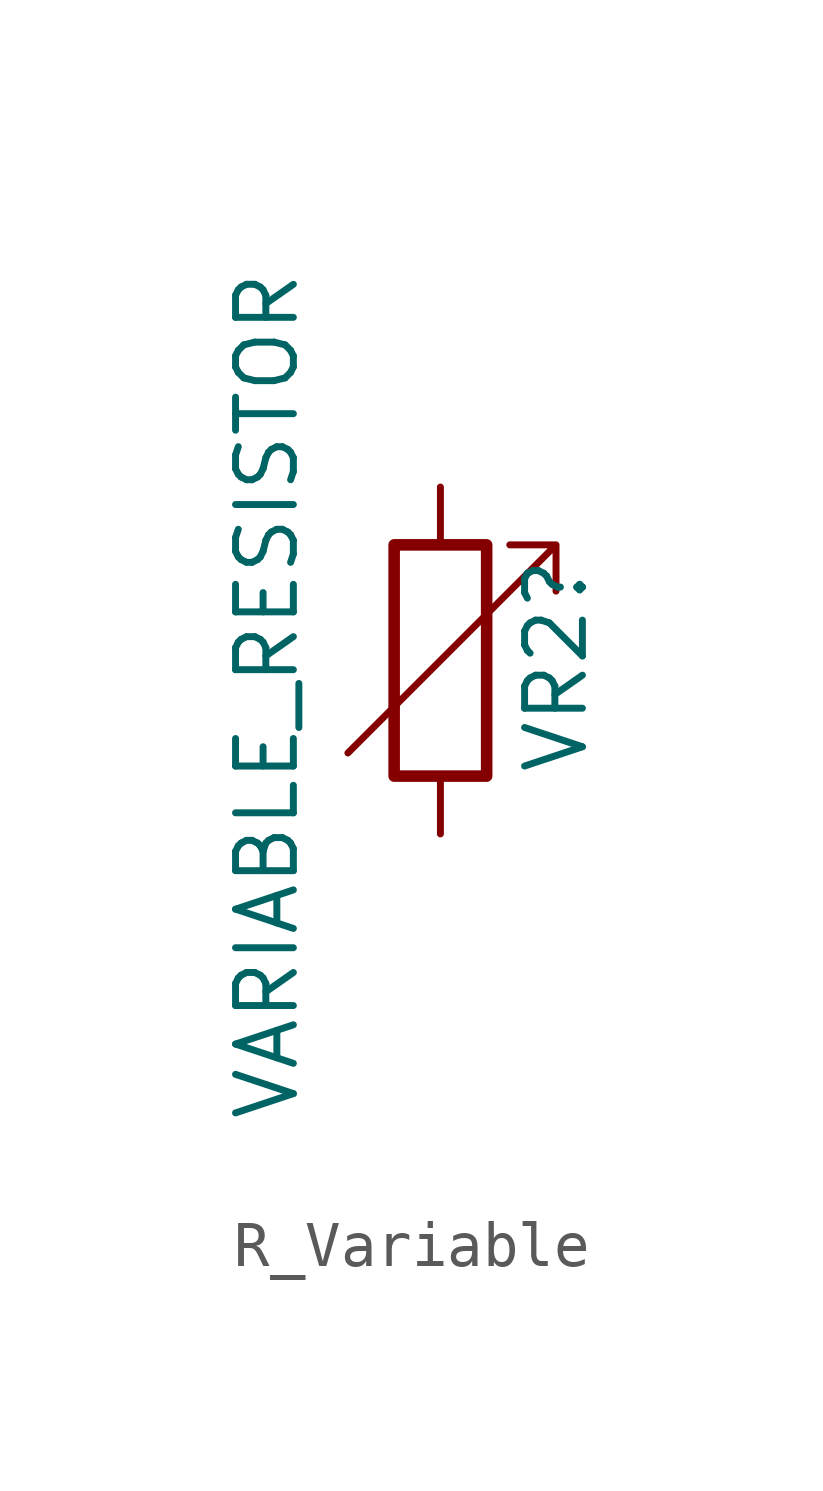
<source format=kicad_sym>
(kicad_symbol_lib
  (version 20211014)
  (generator kicad_symbol_editor)
  (symbol "R_Variable"
    (pin_numbers hide)
    (pin_names
      (offset 0))
    (property "Reference" "VR2"
      (at 2.54 -2.54 90)
      (effects (font (size 1.27 1.27)) (justify left)))
    (property "Value" "VARIABLE_RESISTOR"
      (at -3.81 -10.16 90)
      (effects (font (size 1.27 1.27)) (justify left)))
    (symbol "R_Variable_0_1"
      (rectangle (start -1.016 -2.54) (end 1.016 2.54) (stroke (width 0.254) (type default) (color 0 0 0 0)) (fill (type none)))
      (polyline (pts (xy 2.54 1.524) (xy 2.54 2.54) (xy 1.524 2.54) (xy 2.54 2.54) (xy -2.032 -2.032)) (stroke (width 0) (type default) (color 0 0 0 0)) (fill (type none))))
    (symbol "R_Variable_1_1"
      (pin passive line (at 0 3.81 270) (length 1.27) (name "~" (effects (font (size 1.27 1.27)))) (number "1" (effects (font (size 1.27 1.27)))))
      (pin passive line (at 0 -3.81 90) (length 1.27) (name "~" (effects (font (size 1.27 1.27)))) (number "2" (effects (font (size 1.27 1.27))))))))
</source>
